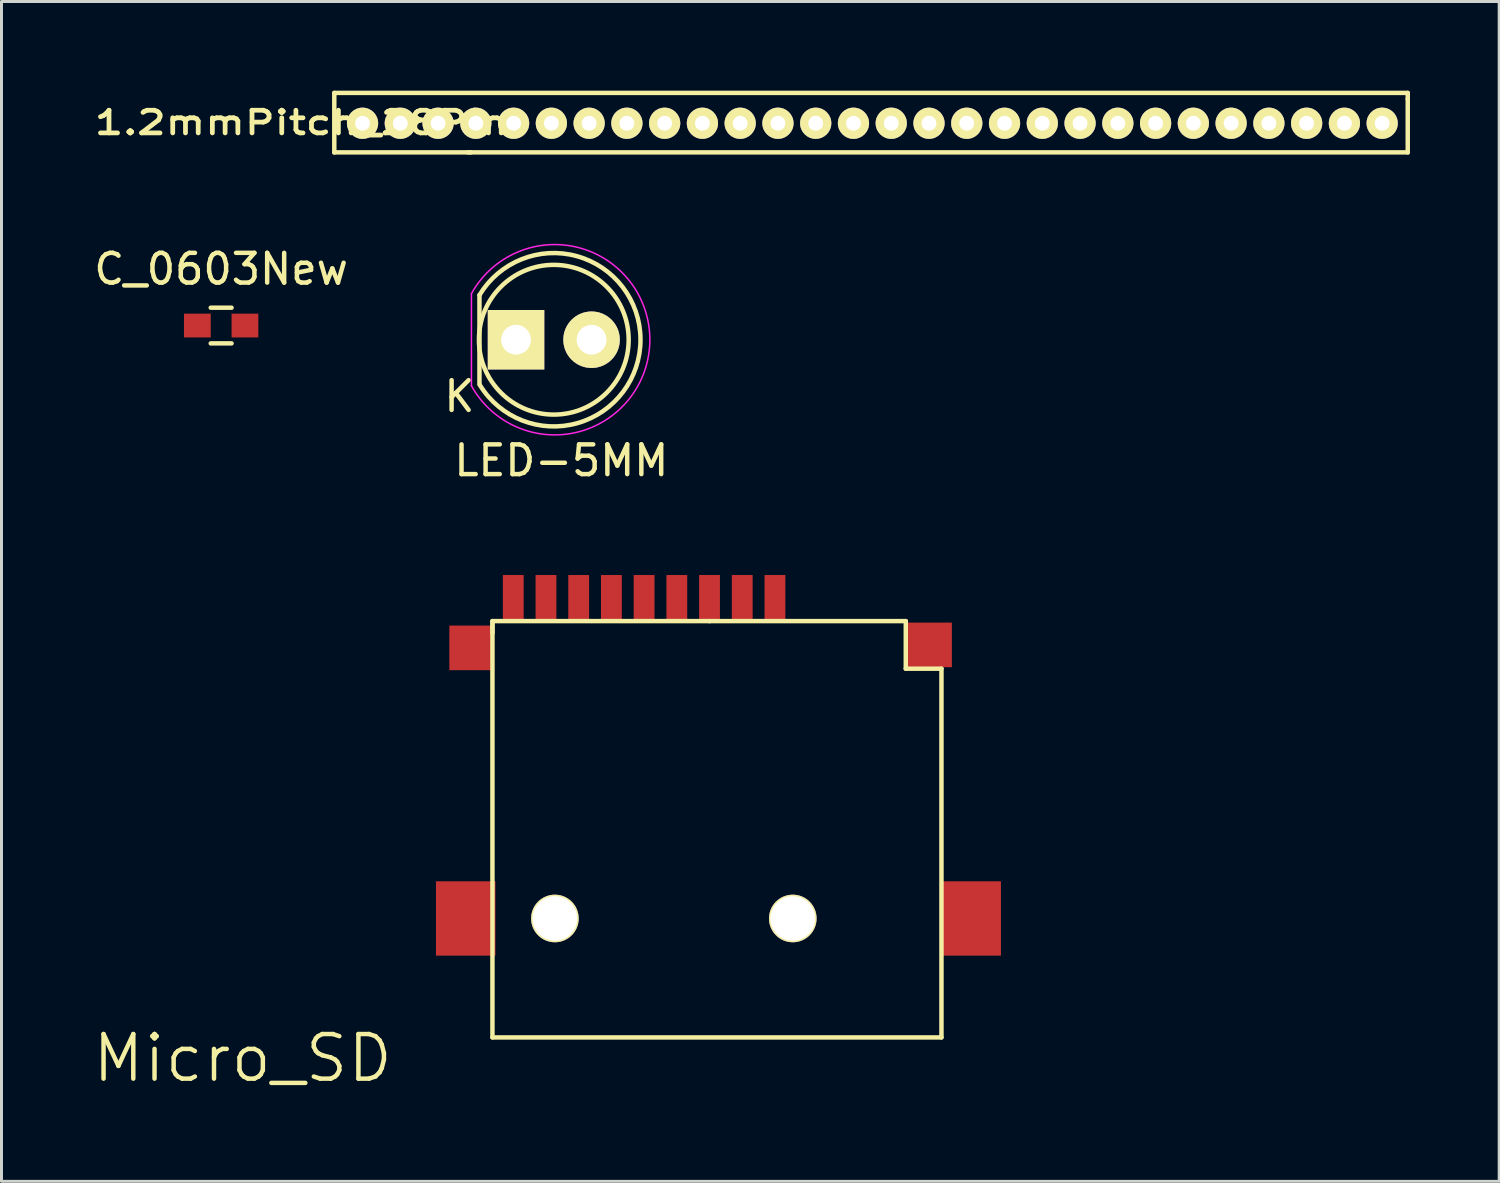
<source format=kicad_pcb>
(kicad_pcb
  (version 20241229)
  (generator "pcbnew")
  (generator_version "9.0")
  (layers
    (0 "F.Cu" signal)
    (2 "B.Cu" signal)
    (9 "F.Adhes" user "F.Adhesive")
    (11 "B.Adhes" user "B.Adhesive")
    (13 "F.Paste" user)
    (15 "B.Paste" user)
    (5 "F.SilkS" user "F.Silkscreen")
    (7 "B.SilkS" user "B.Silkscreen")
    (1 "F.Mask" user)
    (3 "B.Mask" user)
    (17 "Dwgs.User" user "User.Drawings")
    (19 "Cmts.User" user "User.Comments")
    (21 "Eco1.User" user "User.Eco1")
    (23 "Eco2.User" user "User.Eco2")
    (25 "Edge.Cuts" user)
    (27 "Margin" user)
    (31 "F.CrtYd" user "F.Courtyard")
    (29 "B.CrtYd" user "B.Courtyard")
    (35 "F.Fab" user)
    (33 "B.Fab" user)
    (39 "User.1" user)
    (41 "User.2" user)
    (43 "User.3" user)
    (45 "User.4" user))
  (footprint "LED-5MM"
    (layer "F.Cu")
    (at 14.304 8.375)
    (property "Reference" "LED-5MM" (at 1.524 4.064 0) (layer "F.SilkS") (effects (font (size 1 1) (thickness 0.15))))
    (attr through_hole)
    (fp_line (start -1.23 1.5) (end -1.23 -1.5) (stroke (width 0.15) (type solid)) (layer "F.SilkS"))
    (fp_arc (start -1.23 -1.5) (mid 4.18544 -0.014565) (end -1.214888 1.524904) (stroke (width 0.15) (type solid)) (layer "F.SilkS"))
    (fp_circle (center 1.27 0) (end 0.97 -2.5) (stroke (width 0.15) (type solid)) (fill no) (layer "F.SilkS"))
    (fp_line (start -1.5 -1.55) (end -1.5 1.55) (stroke (width 0.05) (type solid)) (layer "F.CrtYd"))
    (fp_arc (start -1.498248 -1.55316) (mid 4.50039 0.001807) (end -1.5 1.55) (stroke (width 0.05) (type solid)) (layer "F.CrtYd"))
    (fp_text user "K" (at -1.905 1.905 0) (layer "F.SilkS") (effects (font (size 1 1) (thickness 0.15))))
    (pad "1" thru_hole circle (at 2.54 0) (size 1.9 1.9) (drill 1.001) (layers "*.Cu" "*.Mask" "F.SilkS"))
    (pad "2" thru_hole rect (at 0 0 90) (size 2 1.9) (drill 1.001) (layers "*.Cu" "*.Mask" "F.SilkS")))
  (footprint "Micro_SD"
    (layer "F.Cu")
    (at 18.611 17.838)
    (property "Reference" "Micro_SD" (at -13.5 14.7 0) (layer "F.SilkS") (effects (font (size 1.5 1.5) (thickness 0.15))))
    (attr through_hole)
    (fp_line (start -5.1 0) (end -5.1 0.4) (stroke (width 0.15) (type solid)) (layer "F.SilkS"))
    (fp_line (start -5.1 0) (end -5.1 14) (stroke (width 0.15) (type solid)) (layer "F.SilkS"))
    (fp_line (start 2.2 0) (end -5.1 0) (stroke (width 0.15) (type solid)) (layer "F.SilkS"))
    (fp_line (start 2.2 0) (end 8.8 0) (stroke (width 0.15) (type solid)) (layer "F.SilkS"))
    (fp_line (start 8.8 0) (end 8.8 1.6) (stroke (width 0.15) (type solid)) (layer "F.SilkS"))
    (fp_line (start 8.8 1.6) (end 10 1.6) (stroke (width 0.15) (type solid)) (layer "F.SilkS"))
    (fp_line (start 10 1.6) (end 10 14) (stroke (width 0.15) (type solid)) (layer "F.SilkS"))
    (fp_line (start 10 14) (end -5.1 14) (stroke (width 0.15) (type solid)) (layer "F.SilkS"))
    (pad "" thru_hole circle (at -3 10) (size 1.6 1.6) (drill 1.5) (layers "*.Cu" "*.Mask" "F.SilkS"))
    (pad "" thru_hole circle (at 5 10) (size 1.6 1.6) (drill 1.5) (layers "*.Cu" "*.Mask" "F.SilkS"))
    (pad "1" smd rect (at 4.4 -0.8) (size 0.7 1.5) (layers "F.Cu" "F.Mask" "F.Paste"))
    (pad "2" smd rect (at 3.3 -0.8) (size 0.7 1.5) (layers "F.Cu" "F.Mask" "F.Paste"))
    (pad "3" smd rect (at 2.2 -0.8) (size 0.7 1.5) (layers "F.Cu" "F.Mask" "F.Paste"))
    (pad "4" smd rect (at 1.1 -0.8) (size 0.7 1.5) (layers "F.Cu" "F.Mask" "F.Paste"))
    (pad "5" smd rect (at 0 -0.8) (size 0.7 1.5) (layers "F.Cu" "F.Mask" "F.Paste"))
    (pad "6" smd rect (at -1.1 -0.8) (size 0.7 1.5) (layers "F.Cu" "F.Mask" "F.Paste"))
    (pad "7" smd rect (at -2.2 -0.8) (size 0.7 1.5) (layers "F.Cu" "F.Mask" "F.Paste"))
    (pad "8" smd rect (at -3.3 -0.8) (size 0.7 1.5) (layers "F.Cu" "F.Mask" "F.Paste"))
    (pad "9" smd rect (at -4.4 -0.8) (size 0.7 1.5) (layers "F.Cu" "F.Mask" "F.Paste"))
    (pad "10" smd rect (at -5.8 0.9) (size 1.5 1.5) (layers "F.Cu" "F.Mask" "F.Paste"))
    (pad "11" smd rect (at 9.6 0.8) (size 1.5 1.5) (layers "F.Cu" "F.Mask" "F.Paste"))
    (pad "12" smd rect (at -6 10) (size 2 2.5) (layers "F.Cu" "F.Mask" "F.Paste"))
    (pad "13" smd rect (at 11 10) (size 2 2.5) (layers "F.Cu" "F.Mask" "F.Paste")))
  (footprint "C_0603New"
    (layer "F.Cu")
    (at 4.387 7.898)
    (property "Reference" "C_0603New" (at 0 -1.9 0) (layer "F.SilkS") (effects (font (size 1 1) (thickness 0.15))))
    (attr smd)
    (fp_line (start -0.35 -0.6) (end 0.35 -0.6) (stroke (width 0.15) (type solid)) (layer "F.SilkS"))
    (fp_line (start 0.35 0.6) (end -0.35 0.6) (stroke (width 0.15) (type solid)) (layer "F.SilkS"))
    (pad "1" smd rect (at -0.8 0) (size 0.9 0.8) (layers "F.Cu" "F.Mask" "F.Paste"))
    (pad "2" smd rect (at 0.8 0) (size 0.9 0.8) (layers "F.Cu" "F.Mask" "F.Paste")))
  (footprint "1.2mmPitch_28Pin"
    (layer "F.Cu")
    (at 10.392 0.575)
    (property "Reference" "1.2mmPitch_28Pin" (at -3.3 0.5 0) (layer "F.SilkS") (effects (font (size 0.762 1) (thickness 0.16))))
    (attr through_hole)
    (fp_line (start -2.2 -0.5) (end -2.2 1.5) (stroke (width 0.15) (type solid)) (layer "F.SilkS"))
    (fp_line (start -2.2 1.5) (end 2.4 1.5) (stroke (width 0.15) (type solid)) (layer "F.SilkS"))
    (fp_line (start 2.3 1.5) (end 33.9 1.5) (stroke (width 0.15) (type solid)) (layer "F.SilkS"))
    (fp_line (start 33.9 -0.5) (end -2.2 -0.5) (stroke (width 0.15) (type solid)) (layer "F.SilkS"))
    (fp_line (start 33.9 -0.3) (end 33.9 -0.5) (stroke (width 0.15) (type solid)) (layer "F.SilkS"))
    (fp_line (start 33.9 1.5) (end 33.9 -0.3) (stroke (width 0.15) (type solid)) (layer "F.SilkS"))
    (pad "1" thru_hole circle (at -1.25 0.52) (size 1.05 1.05) (drill 0.5) (layers "*.Cu" "*.Mask" "F.SilkS"))
    (pad "2" thru_hole circle (at 0.02 0.52) (size 1.05 1.05) (drill 0.5) (layers "*.Cu" "*.Mask" "F.SilkS"))
    (pad "3" thru_hole circle (at 1.29 0.52) (size 1.05 1.05) (drill 0.5) (layers "*.Cu" "*.Mask" "F.SilkS"))
    (pad "4" thru_hole circle (at 2.56 0.52) (size 1.05 1.05) (drill 0.5) (layers "*.Cu" "*.Mask" "F.SilkS"))
    (pad "5" thru_hole circle (at 3.83 0.52) (size 1.05 1.05) (drill 0.5) (layers "*.Cu" "*.Mask" "F.SilkS"))
    (pad "6" thru_hole circle (at 5.1 0.52) (size 1.05 1.05) (drill 0.5) (layers "*.Cu" "*.Mask" "F.SilkS"))
    (pad "7" thru_hole circle (at 6.37 0.52) (size 1.05 1.05) (drill 0.5) (layers "*.Cu" "*.Mask" "F.SilkS"))
    (pad "8" thru_hole circle (at 7.64 0.52) (size 1.05 1.05) (drill 0.5) (layers "*.Cu" "*.Mask" "F.SilkS"))
    (pad "9" thru_hole circle (at 8.91 0.52) (size 1.05 1.05) (drill 0.5) (layers "*.Cu" "*.Mask" "F.SilkS"))
    (pad "10" thru_hole circle (at 10.18 0.52) (size 1.05 1.05) (drill 0.5) (layers "*.Cu" "*.Mask" "F.SilkS"))
    (pad "11" thru_hole circle (at 11.45 0.52) (size 1.05 1.05) (drill 0.5) (layers "*.Cu" "*.Mask" "F.SilkS"))
    (pad "12" thru_hole circle (at 12.72 0.52) (size 1.05 1.05) (drill 0.5) (layers "*.Cu" "*.Mask" "F.SilkS"))
    (pad "13" thru_hole circle (at 13.99 0.52) (size 1.05 1.05) (drill 0.5) (layers "*.Cu" "*.Mask" "F.SilkS"))
    (pad "14" thru_hole circle (at 15.26 0.52) (size 1.05 1.05) (drill 0.5) (layers "*.Cu" "*.Mask" "F.SilkS"))
    (pad "15" thru_hole circle (at 16.53 0.52) (size 1.05 1.05) (drill 0.5) (layers "*.Cu" "*.Mask" "F.SilkS"))
    (pad "16" thru_hole circle (at 17.8 0.52) (size 1.05 1.05) (drill 0.5) (layers "*.Cu" "*.Mask" "F.SilkS"))
    (pad "17" thru_hole circle (at 19.07 0.52) (size 1.05 1.05) (drill 0.5) (layers "*.Cu" "*.Mask" "F.SilkS"))
    (pad "18" thru_hole circle (at 20.34 0.52) (size 1.05 1.05) (drill 0.5) (layers "*.Cu" "*.Mask" "F.SilkS"))
    (pad "19" thru_hole circle (at 21.61 0.52) (size 1.05 1.05) (drill 0.5) (layers "*.Cu" "*.Mask" "F.SilkS"))
    (pad "20" thru_hole circle (at 22.88 0.52) (size 1.05 1.05) (drill 0.5) (layers "*.Cu" "*.Mask" "F.SilkS"))
    (pad "21" thru_hole circle (at 24.15 0.52) (size 1.05 1.05) (drill 0.5) (layers "*.Cu" "*.Mask" "F.SilkS"))
    (pad "22" thru_hole circle (at 25.42 0.52) (size 1.05 1.05) (drill 0.5) (layers "*.Cu" "*.Mask" "F.SilkS"))
    (pad "23" thru_hole circle (at 26.69 0.52) (size 1.05 1.05) (drill 0.5) (layers "*.Cu" "*.Mask" "F.SilkS"))
    (pad "24" thru_hole circle (at 27.96 0.52) (size 1.05 1.05) (drill 0.5) (layers "*.Cu" "*.Mask" "F.SilkS"))
    (pad "25" thru_hole circle (at 29.23 0.52) (size 1.05 1.05) (drill 0.5) (layers "*.Cu" "*.Mask" "F.SilkS"))
    (pad "26" thru_hole circle (at 30.5 0.52) (size 1.05 1.05) (drill 0.5) (layers "*.Cu" "*.Mask" "F.SilkS"))
    (pad "27" thru_hole circle (at 31.77 0.52) (size 1.05 1.05) (drill 0.5) (layers "*.Cu" "*.Mask" "F.SilkS"))
    (pad "28" thru_hole circle (at 33.04 0.52) (size 1.05 1.05) (drill 0.5) (layers "*.Cu" "*.Mask" "F.SilkS")))
  (gr_rect
    (start -3 -3)
    (end 47.367 36.678)
    (stroke (width 0.1) (type default))
    (fill no)
    (layer "Edge.Cuts")))
</source>
